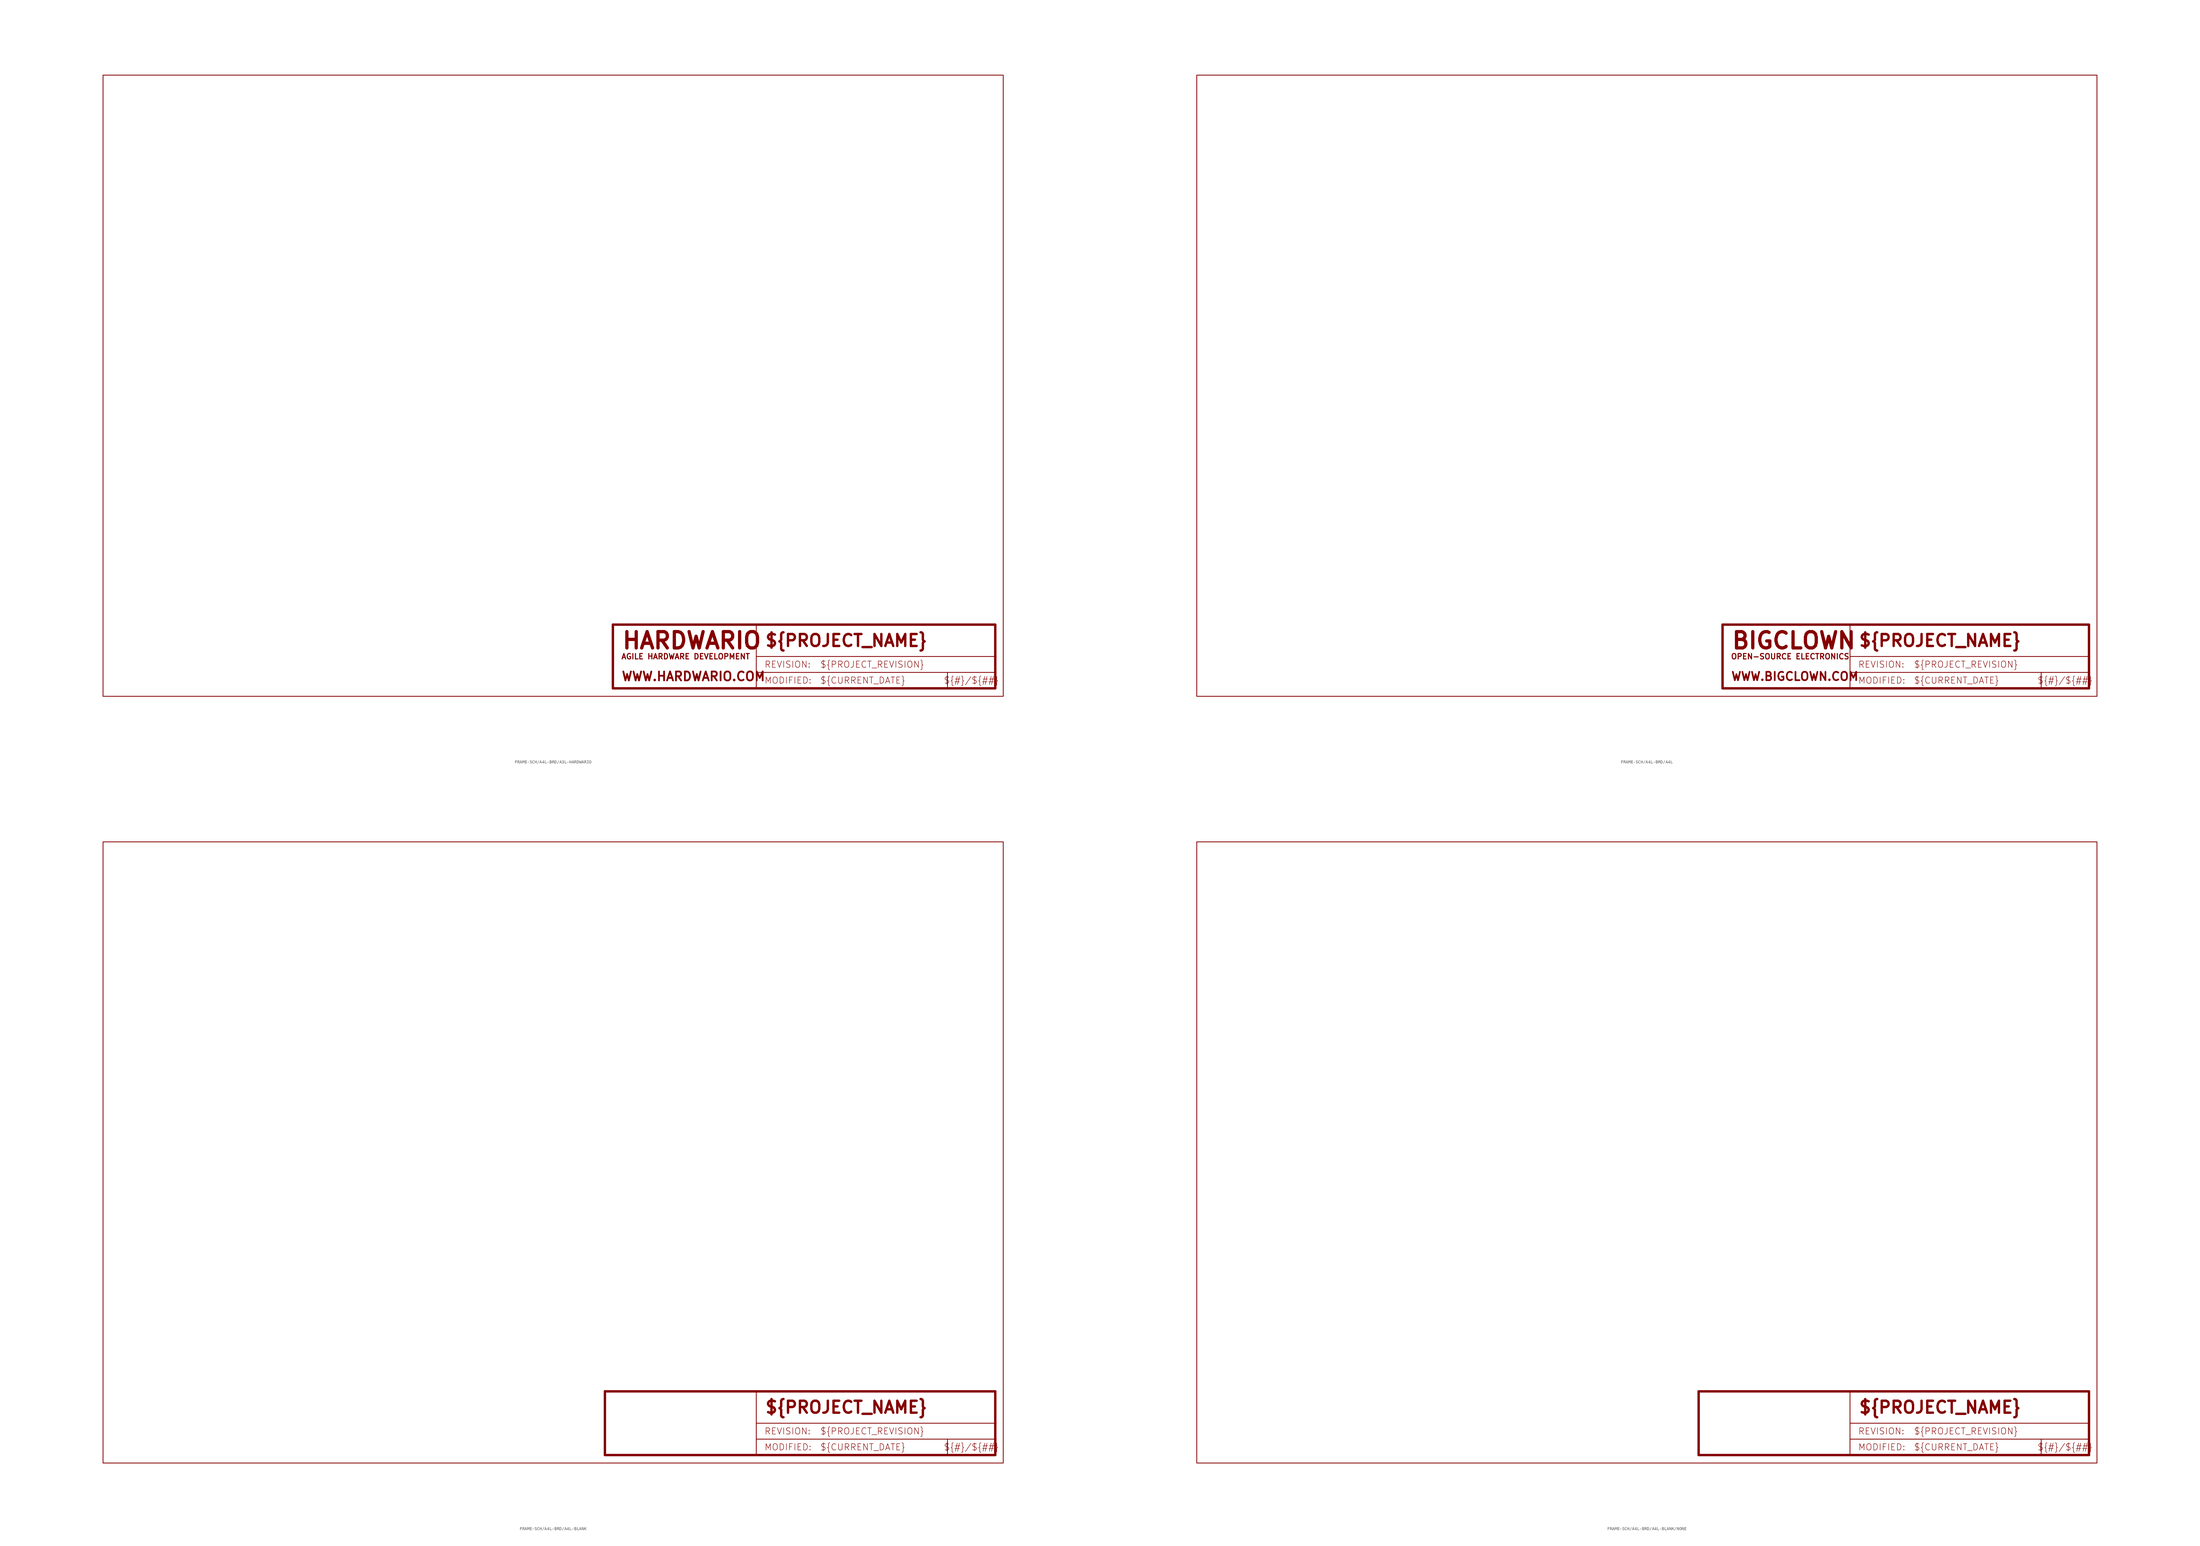
<source format=kicad_sym>
(kicad_symbol_lib
  (version 20231120)
  (generator "kicad_symbol_editor")
  (generator_version "8.0")
  (symbol "FRAME-SCH/A4L-BRD/A3L-HARDWARIO"
    (property "Reference" "FRAME"
      (at 0 0 0)
      (effects (font (size 1.27 1.27)) (hide yes)))
    (property "ki_locked" ""
      (at 0 0 0)
      (effects (font (size 1.27 1.27))))
    (symbol "FRAME-SCH/A4L-BRD/A3L-HARDWARIO_1_0"
      (polyline (pts (xy -2.54 -2.54) (xy 284.48 -2.54)) (stroke (width 0.254) (type solid)) (fill (type none)))
      (polyline (pts (xy -2.54 195.58) (xy -2.54 -2.54)) (stroke (width 0.254) (type solid)) (fill (type none)))
      (polyline (pts (xy 160.02 0) (xy 160.02 20.32)) (stroke (width 0.762) (type solid)) (fill (type none)))
      (polyline (pts (xy 160.02 0) (xy 205.74 0)) (stroke (width 0.762) (type solid)) (fill (type none)))
      (polyline (pts (xy 160.02 20.32) (xy 205.74 20.32)) (stroke (width 0.762) (type solid)) (fill (type none)))
      (polyline (pts (xy 205.74 0) (xy 266.7 0)) (stroke (width 0.762) (type solid)) (fill (type none)))
      (polyline (pts (xy 205.74 5.08) (xy 205.74 0)) (stroke (width 0.254) (type solid)) (fill (type none)))
      (polyline (pts (xy 205.74 5.08) (xy 266.7 5.08)) (stroke (width 0.254) (type solid)) (fill (type none)))
      (polyline (pts (xy 205.74 10.16) (xy 205.74 5.08)) (stroke (width 0.254) (type solid)) (fill (type none)))
      (polyline (pts (xy 205.74 10.16) (xy 281.94 10.16)) (stroke (width 0.254) (type solid)) (fill (type none)))
      (polyline (pts (xy 205.74 20.32) (xy 205.74 10.16)) (stroke (width 0.254) (type solid)) (fill (type none)))
      (polyline (pts (xy 205.74 20.32) (xy 281.94 20.32)) (stroke (width 0.762) (type solid)) (fill (type none)))
      (polyline (pts (xy 266.7 0) (xy 281.94 0)) (stroke (width 0.762) (type solid)) (fill (type none)))
      (polyline (pts (xy 266.7 5.08) (xy 266.7 0)) (stroke (width 0.254) (type solid)) (fill (type none)))
      (polyline (pts (xy 266.7 5.08) (xy 281.94 5.08)) (stroke (width 0.254) (type solid)) (fill (type none)))
      (polyline (pts (xy 281.94 0) (xy 281.94 5.08)) (stroke (width 0.762) (type solid)) (fill (type none)))
      (polyline (pts (xy 281.94 5.08) (xy 281.94 10.16)) (stroke (width 0.762) (type solid)) (fill (type none)))
      (polyline (pts (xy 281.94 10.16) (xy 281.94 20.32)) (stroke (width 0.762) (type solid)) (fill (type none)))
      (polyline (pts (xy 284.48 -2.54) (xy 284.48 195.58)) (stroke (width 0.254) (type solid)) (fill (type none)))
      (polyline (pts (xy 284.48 195.58) (xy -2.54 195.58)) (stroke (width 0.254) (type solid)) (fill (type none)))
      (text "${#}/${##}" (at 274.32 2.54 0) (effects (font (size 2.032 2.032))))
      (text "${CURRENT_DATE}" (at 226.06 2.54 0) (effects (font (size 2.032 2.032)) (justify left)))
      (text "${PROJECT_NAME}" (at 208.28 15.24 0) (effects (font (size 3.81 3.81) (thickness 0.762) (bold yes)) (justify left)))
      (text "${PROJECT_REVISION}" (at 226.06 7.62 0) (effects (font (size 2.032 2.032)) (justify left)))
      (text "AGILE HARDWARE DEVELOPMENT" (at 162.56 10.16 0) (effects (font (size 1.72 1.72) (thickness 0.344) (bold yes)) (justify left)))
      (text "HARDWARIO" (at 162.56 15.24 0) (effects (font (size 5.207 5.207) (thickness 1.041) (bold yes)) (justify left)))
      (text "MODIFIED:" (at 208.28 2.54 0) (effects (font (size 2.032 2.032)) (justify left)))
      (text "REVISION:" (at 208.28 7.62 0) (effects (font (size 2.032 2.032)) (justify left)))
      (text "WWW.HARDWARIO.COM" (at 162.56 3.81 0) (effects (font (size 2.845 2.845) (thickness 0.569) (bold yes)) (justify left)))))
  (symbol "FRAME-SCH/A4L-BRD/A4L"
    (property "Reference" "FRAME"
      (at 0 0 0)
      (effects (font (size 1.27 1.27)) (hide yes)))
    (property "ki_locked" ""
      (at 0 0 0)
      (effects (font (size 1.27 1.27))))
    (symbol "FRAME-SCH/A4L-BRD/A4L_1_0"
      (polyline (pts (xy -2.54 -2.54) (xy 284.48 -2.54)) (stroke (width 0.254) (type solid)) (fill (type none)))
      (polyline (pts (xy -2.54 195.58) (xy -2.54 -2.54)) (stroke (width 0.254) (type solid)) (fill (type none)))
      (polyline (pts (xy 165.1 0) (xy 165.1 20.32)) (stroke (width 0.762) (type solid)) (fill (type none)))
      (polyline (pts (xy 165.1 0) (xy 205.74 0)) (stroke (width 0.762) (type solid)) (fill (type none)))
      (polyline (pts (xy 165.1 20.32) (xy 205.74 20.32)) (stroke (width 0.762) (type solid)) (fill (type none)))
      (polyline (pts (xy 205.74 0) (xy 266.7 0)) (stroke (width 0.762) (type solid)) (fill (type none)))
      (polyline (pts (xy 205.74 5.08) (xy 205.74 0)) (stroke (width 0.254) (type solid)) (fill (type none)))
      (polyline (pts (xy 205.74 5.08) (xy 266.7 5.08)) (stroke (width 0.254) (type solid)) (fill (type none)))
      (polyline (pts (xy 205.74 10.16) (xy 205.74 5.08)) (stroke (width 0.254) (type solid)) (fill (type none)))
      (polyline (pts (xy 205.74 10.16) (xy 281.94 10.16)) (stroke (width 0.254) (type solid)) (fill (type none)))
      (polyline (pts (xy 205.74 20.32) (xy 205.74 10.16)) (stroke (width 0.254) (type solid)) (fill (type none)))
      (polyline (pts (xy 205.74 20.32) (xy 281.94 20.32)) (stroke (width 0.762) (type solid)) (fill (type none)))
      (polyline (pts (xy 266.7 0) (xy 281.94 0)) (stroke (width 0.762) (type solid)) (fill (type none)))
      (polyline (pts (xy 266.7 5.08) (xy 266.7 0)) (stroke (width 0.254) (type solid)) (fill (type none)))
      (polyline (pts (xy 266.7 5.08) (xy 281.94 5.08)) (stroke (width 0.254) (type solid)) (fill (type none)))
      (polyline (pts (xy 281.94 0) (xy 281.94 5.08)) (stroke (width 0.762) (type solid)) (fill (type none)))
      (polyline (pts (xy 281.94 5.08) (xy 281.94 10.16)) (stroke (width 0.762) (type solid)) (fill (type none)))
      (polyline (pts (xy 281.94 10.16) (xy 281.94 20.32)) (stroke (width 0.762) (type solid)) (fill (type none)))
      (polyline (pts (xy 284.48 -2.54) (xy 284.48 195.58)) (stroke (width 0.254) (type solid)) (fill (type none)))
      (polyline (pts (xy 284.48 195.58) (xy -2.54 195.58)) (stroke (width 0.254) (type solid)) (fill (type none)))
      (text "${#}/${##}" (at 274.32 2.54 0) (effects (font (size 2.032 2.032))))
      (text "${CURRENT_DATE}" (at 226.06 2.54 0) (effects (font (size 2.032 2.032)) (justify left)))
      (text "${PROJECT_NAME}" (at 208.28 15.24 0) (effects (font (size 3.81 3.81) (thickness 0.762) (bold yes)) (justify left)))
      (text "${PROJECT_REVISION}" (at 226.06 7.62 0) (effects (font (size 2.032 2.032)) (justify left)))
      (text "BIGCLOWN" (at 167.64 15.24 0) (effects (font (size 5.184 5.184) (thickness 1.037) (bold yes)) (justify left)))
      (text "MODIFIED:" (at 208.28 2.54 0) (effects (font (size 2.032 2.032)) (justify left)))
      (text "OPEN-SOURCE ELECTRONICS" (at 167.64 10.16 0) (effects (font (size 1.72 1.72) (thickness 0.344) (bold yes)) (justify left)))
      (text "REVISION:" (at 208.28 7.62 0) (effects (font (size 2.032 2.032)) (justify left)))
      (text "WWW.BIGCLOWN.COM" (at 167.64 3.81 0) (effects (font (size 2.673 2.673) (thickness 0.534) (bold yes)) (justify left)))))
  (symbol "FRAME-SCH/A4L-BRD/A4L-BLANK"
    (property "Reference" "FRAME"
      (at 0 0 0)
      (effects (font (size 1.27 1.27)) (hide yes)))
    (property "ki_locked" ""
      (at 0 0 0)
      (effects (font (size 1.27 1.27))))
    (symbol "FRAME-SCH/A4L-BRD/A4L-BLANK_1_0"
      (polyline (pts (xy -2.54 -2.54) (xy 284.48 -2.54)) (stroke (width 0.254) (type solid)) (fill (type none)))
      (polyline (pts (xy -2.54 195.58) (xy -2.54 -2.54)) (stroke (width 0.254) (type solid)) (fill (type none)))
      (polyline (pts (xy 157.48 0) (xy 157.48 20.32)) (stroke (width 0.762) (type solid)) (fill (type none)))
      (polyline (pts (xy 157.48 0) (xy 205.74 0)) (stroke (width 0.762) (type solid)) (fill (type none)))
      (polyline (pts (xy 157.48 20.32) (xy 205.74 20.32)) (stroke (width 0.762) (type solid)) (fill (type none)))
      (polyline (pts (xy 205.74 0) (xy 266.7 0)) (stroke (width 0.762) (type solid)) (fill (type none)))
      (polyline (pts (xy 205.74 5.08) (xy 205.74 0)) (stroke (width 0.254) (type solid)) (fill (type none)))
      (polyline (pts (xy 205.74 5.08) (xy 266.7 5.08)) (stroke (width 0.254) (type solid)) (fill (type none)))
      (polyline (pts (xy 205.74 10.16) (xy 205.74 5.08)) (stroke (width 0.254) (type solid)) (fill (type none)))
      (polyline (pts (xy 205.74 10.16) (xy 281.94 10.16)) (stroke (width 0.254) (type solid)) (fill (type none)))
      (polyline (pts (xy 205.74 20.32) (xy 205.74 10.16)) (stroke (width 0.254) (type solid)) (fill (type none)))
      (polyline (pts (xy 205.74 20.32) (xy 281.94 20.32)) (stroke (width 0.762) (type solid)) (fill (type none)))
      (polyline (pts (xy 266.7 0) (xy 281.94 0)) (stroke (width 0.762) (type solid)) (fill (type none)))
      (polyline (pts (xy 266.7 5.08) (xy 266.7 0)) (stroke (width 0.254) (type solid)) (fill (type none)))
      (polyline (pts (xy 266.7 5.08) (xy 281.94 5.08)) (stroke (width 0.254) (type solid)) (fill (type none)))
      (polyline (pts (xy 281.94 0) (xy 281.94 5.08)) (stroke (width 0.762) (type solid)) (fill (type none)))
      (polyline (pts (xy 281.94 5.08) (xy 281.94 10.16)) (stroke (width 0.762) (type solid)) (fill (type none)))
      (polyline (pts (xy 281.94 10.16) (xy 281.94 20.32)) (stroke (width 0.762) (type solid)) (fill (type none)))
      (polyline (pts (xy 284.48 -2.54) (xy 284.48 195.58)) (stroke (width 0.254) (type solid)) (fill (type none)))
      (polyline (pts (xy 284.48 195.58) (xy -2.54 195.58)) (stroke (width 0.254) (type solid)) (fill (type none)))
      (text "${#}/${##}" (at 274.32 2.54 0) (effects (font (size 2.032 2.032))))
      (text "${CURRENT_DATE}" (at 226.06 2.54 0) (effects (font (size 2.032 2.032)) (justify left)))
      (text "${PROJECT_NAME}" (at 208.28 15.24 0) (effects (font (size 3.81 3.81) (thickness 0.762) (bold yes)) (justify left)))
      (text "${PROJECT_REVISION}" (at 226.06 7.62 0) (effects (font (size 2.032 2.032)) (justify left)))
      (text "MODIFIED:" (at 208.28 2.54 0) (effects (font (size 2.032 2.032)) (justify left)))
      (text "REVISION:" (at 208.28 7.62 0) (effects (font (size 2.032 2.032)) (justify left)))))
  (symbol "FRAME-SCH/A4L-BRD/A4L-BLANK/NONE"
    (property "Reference" "#FRAME"
      (at 0 0 0)
      (effects (font (size 1.27 1.27)) (hide yes)))
    (property "ki_locked" ""
      (at 0 0 0)
      (effects (font (size 1.27 1.27))))
    (symbol "FRAME-SCH/A4L-BRD/A4L-BLANK/NONE_1_0"
      (polyline (pts (xy -2.54 -2.54) (xy 284.48 -2.54)) (stroke (width 0.254) (type solid)) (fill (type none)))
      (polyline (pts (xy -2.54 195.58) (xy -2.54 -2.54)) (stroke (width 0.254) (type solid)) (fill (type none)))
      (polyline (pts (xy 157.48 0) (xy 157.48 20.32)) (stroke (width 0.762) (type solid)) (fill (type none)))
      (polyline (pts (xy 157.48 0) (xy 205.74 0)) (stroke (width 0.762) (type solid)) (fill (type none)))
      (polyline (pts (xy 157.48 20.32) (xy 205.74 20.32)) (stroke (width 0.762) (type solid)) (fill (type none)))
      (polyline (pts (xy 205.74 0) (xy 266.7 0)) (stroke (width 0.762) (type solid)) (fill (type none)))
      (polyline (pts (xy 205.74 5.08) (xy 205.74 0)) (stroke (width 0.254) (type solid)) (fill (type none)))
      (polyline (pts (xy 205.74 5.08) (xy 266.7 5.08)) (stroke (width 0.254) (type solid)) (fill (type none)))
      (polyline (pts (xy 205.74 10.16) (xy 205.74 5.08)) (stroke (width 0.254) (type solid)) (fill (type none)))
      (polyline (pts (xy 205.74 10.16) (xy 281.94 10.16)) (stroke (width 0.254) (type solid)) (fill (type none)))
      (polyline (pts (xy 205.74 20.32) (xy 205.74 10.16)) (stroke (width 0.254) (type solid)) (fill (type none)))
      (polyline (pts (xy 205.74 20.32) (xy 281.94 20.32)) (stroke (width 0.762) (type solid)) (fill (type none)))
      (polyline (pts (xy 266.7 0) (xy 281.94 0)) (stroke (width 0.762) (type solid)) (fill (type none)))
      (polyline (pts (xy 266.7 5.08) (xy 266.7 0)) (stroke (width 0.254) (type solid)) (fill (type none)))
      (polyline (pts (xy 266.7 5.08) (xy 281.94 5.08)) (stroke (width 0.254) (type solid)) (fill (type none)))
      (polyline (pts (xy 281.94 0) (xy 281.94 5.08)) (stroke (width 0.762) (type solid)) (fill (type none)))
      (polyline (pts (xy 281.94 5.08) (xy 281.94 10.16)) (stroke (width 0.762) (type solid)) (fill (type none)))
      (polyline (pts (xy 281.94 10.16) (xy 281.94 20.32)) (stroke (width 0.762) (type solid)) (fill (type none)))
      (polyline (pts (xy 284.48 -2.54) (xy 284.48 195.58)) (stroke (width 0.254) (type solid)) (fill (type none)))
      (polyline (pts (xy 284.48 195.58) (xy -2.54 195.58)) (stroke (width 0.254) (type solid)) (fill (type none)))
      (text "${#}/${##}" (at 274.32 2.54 0) (effects (font (size 2.032 2.032))))
      (text "${CURRENT_DATE}" (at 226.06 2.54 0) (effects (font (size 2.032 2.032)) (justify left)))
      (text "${PROJECT_NAME}" (at 208.28 15.24 0) (effects (font (size 3.81 3.81) (thickness 0.762) (bold yes)) (justify left)))
      (text "${PROJECT_REVISION}" (at 226.06 7.62 0) (effects (font (size 2.032 2.032)) (justify left)))
      (text "MODIFIED:" (at 208.28 2.54 0) (effects (font (size 2.032 2.032)) (justify left)))
      (text "REVISION:" (at 208.28 7.62 0) (effects (font (size 2.032 2.032)) (justify left))))))
</source>
